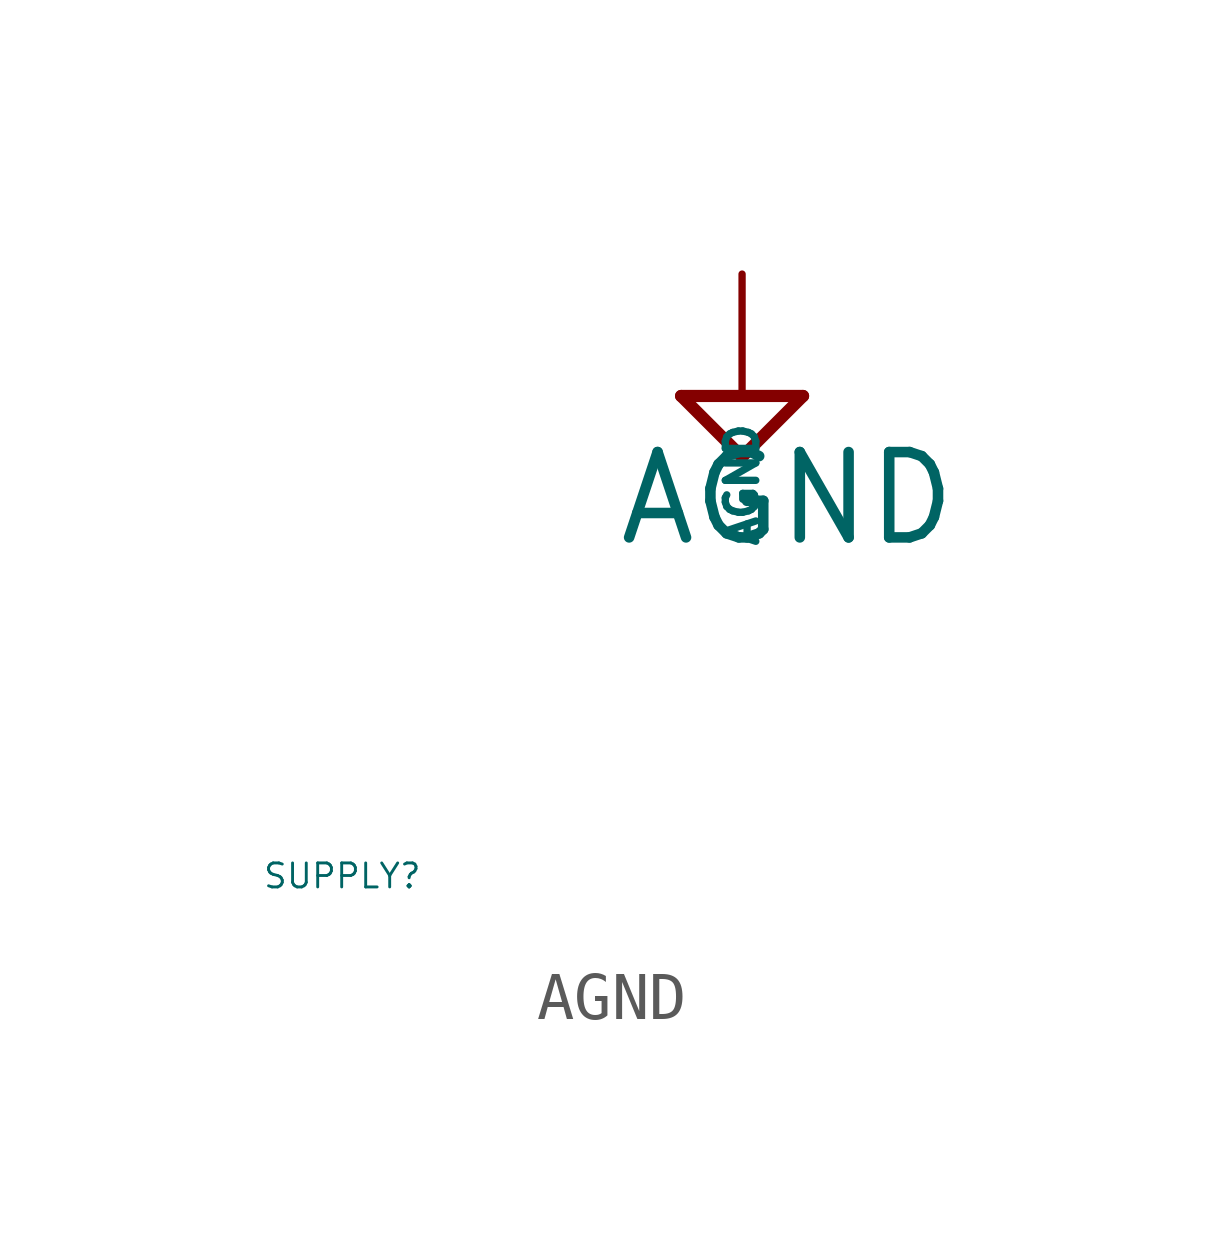
<source format=kicad_sym>
(kicad_symbol_lib
  (version 20220914)
  (generator Eagle2Kicad)
  (symbol "AGND"
    (property "Reference" "SUPPLY"
      (at -10 -10 0)
      (effects (font (size 0.5 0.5) (thickness 0.06)) (justify left)))
    (property "Value" "AGND"
      (at -2.667 -3.175 0)
      (effects (font (size 1.778 1.778) (thickness 0.22)) (justify left bottom)))
    (polyline
      (pts (xy -1.27 0) (xy 1.27 0))
      (stroke (width 0.254) (type default))
      (fill (type none)))
    (polyline
      (pts (xy 1.27 0) (xy 0 -1.27))
      (stroke (width 0.254) (type default))
      (fill (type none)))
    (polyline
      (pts (xy 0 -1.27) (xy -1.27 0))
      (stroke (width 0.254) (type default))
      (fill (type none)))
    (pin unspecified line
      (at 0 2.54 270)
      (length 2.54)
      (name "AGND" (effects (font (size 0.635 0.635) (thickness 0.08)) (justify left bottom)))
      (number "" (effects (font (size 0.635 0.635) (thickness 0.08)) (justify left bottom))))))
</source>
